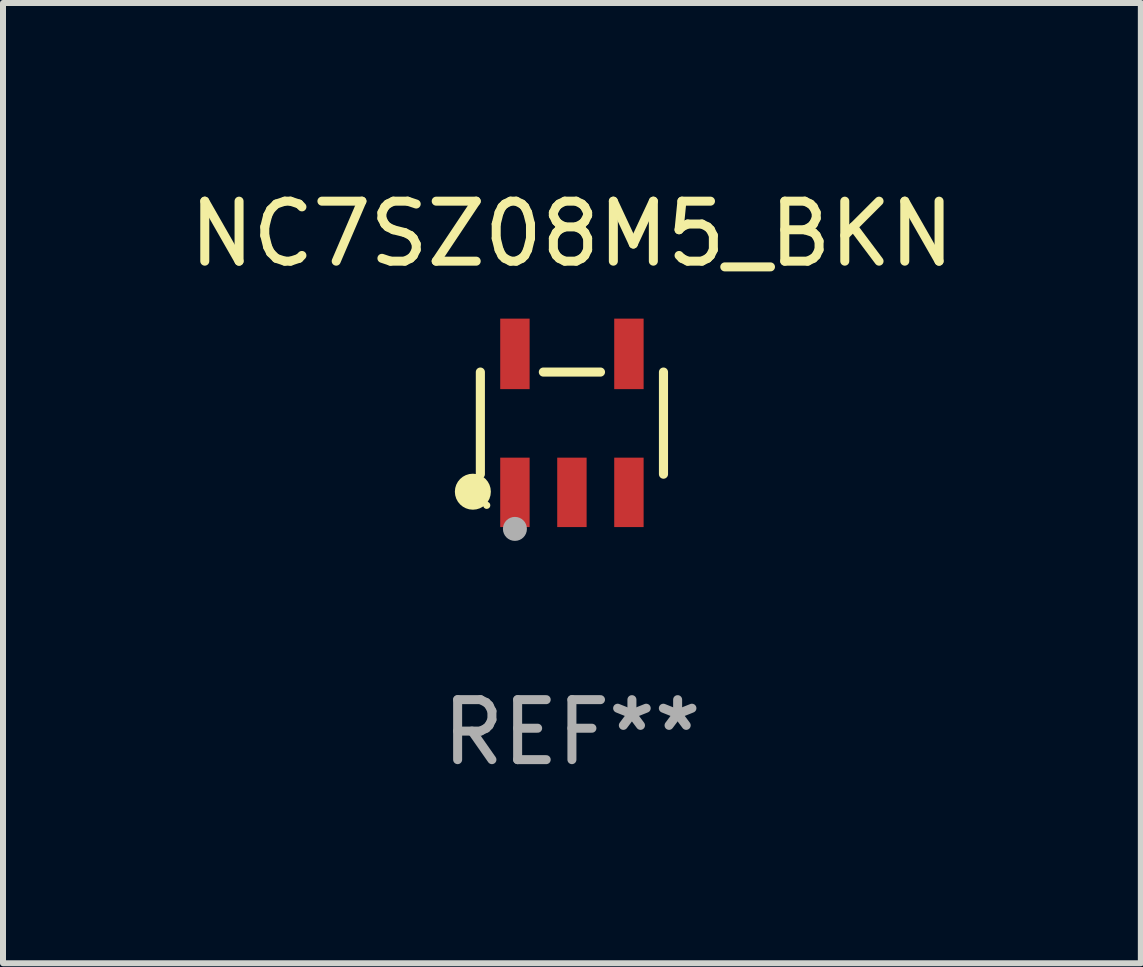
<source format=kicad_pcb>
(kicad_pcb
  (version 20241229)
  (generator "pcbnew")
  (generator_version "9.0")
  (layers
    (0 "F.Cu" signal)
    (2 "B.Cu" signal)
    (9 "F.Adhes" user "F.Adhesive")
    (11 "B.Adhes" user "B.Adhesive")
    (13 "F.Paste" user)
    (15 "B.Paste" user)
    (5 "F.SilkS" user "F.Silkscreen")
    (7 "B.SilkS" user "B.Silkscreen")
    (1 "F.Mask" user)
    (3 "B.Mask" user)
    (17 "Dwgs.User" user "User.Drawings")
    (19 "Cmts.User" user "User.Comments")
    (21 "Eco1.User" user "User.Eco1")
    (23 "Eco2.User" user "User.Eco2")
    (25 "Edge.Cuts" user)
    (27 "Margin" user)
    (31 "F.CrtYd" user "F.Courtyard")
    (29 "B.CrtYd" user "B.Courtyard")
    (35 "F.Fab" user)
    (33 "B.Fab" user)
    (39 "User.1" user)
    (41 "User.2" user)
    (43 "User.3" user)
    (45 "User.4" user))
  (footprint "NC7SZ08M5_BKN"
    (layer "F.Cu")
    (at 6.482 4.002)
    (property "Reference" "NC7SZ08M5_BKN" (at 0 -3.154 0) (layer "F.SilkS") (effects (font (size 1 1) (thickness 0.15))))
    (attr through_hole)
    (fp_line (start -1.526 0.851) (end -1.526 -0.851) (stroke (width 0.152) (type solid)) (layer "F.SilkS"))
    (fp_line (start 0.476 -0.851) (end -0.476 -0.851) (stroke (width 0.152) (type solid)) (layer "F.SilkS"))
    (fp_line (start 1.526 0.851) (end 1.526 -0.851) (stroke (width 0.152) (type solid)) (layer "F.SilkS"))
    (fp_circle (center -1.651 1.143) (end -1.501 1.143) (stroke (width 0.3) (type solid)) (fill no) (layer "F.SilkS"))
    (fp_circle (center -1.42 1.37) (end -1.39 1.37) (stroke (width 0.06) (type solid)) (fill no) (layer "F.SilkS"))
    (fp_circle (center -0.95 1.763) (end -0.85 1.763) (stroke (width 0.2) (type solid)) (fill no) (layer "F.Fab"))
    (fp_text user "REF**" (at 0 5.154 0) (layer "F.Fab") (effects (font (size 1 1) (thickness 0.15))))
    (pad "1" smd rect (at -0.95 1.154) (size 0.49 1.157) (layers "F.Cu" "F.Mask" "F.Paste"))
    (pad "2" smd rect (at 0 1.154) (size 0.49 1.157) (layers "F.Cu" "F.Mask" "F.Paste"))
    (pad "3" smd rect (at 0.95 1.154) (size 0.49 1.157) (layers "F.Cu" "F.Mask" "F.Paste"))
    (pad "4" smd rect (at 0.95 -1.154) (size 0.49 1.175) (layers "F.Cu" "F.Mask" "F.Paste"))
    (pad "5" smd rect (at -0.95 -1.154) (size 0.49 1.175) (layers "F.Cu" "F.Mask" "F.Paste")))
  (gr_rect
    (start -3 -3)
    (end 15.964 13.004)
    (stroke (width 0.1) (type default))
    (fill no)
    (layer "Edge.Cuts")))
</source>
